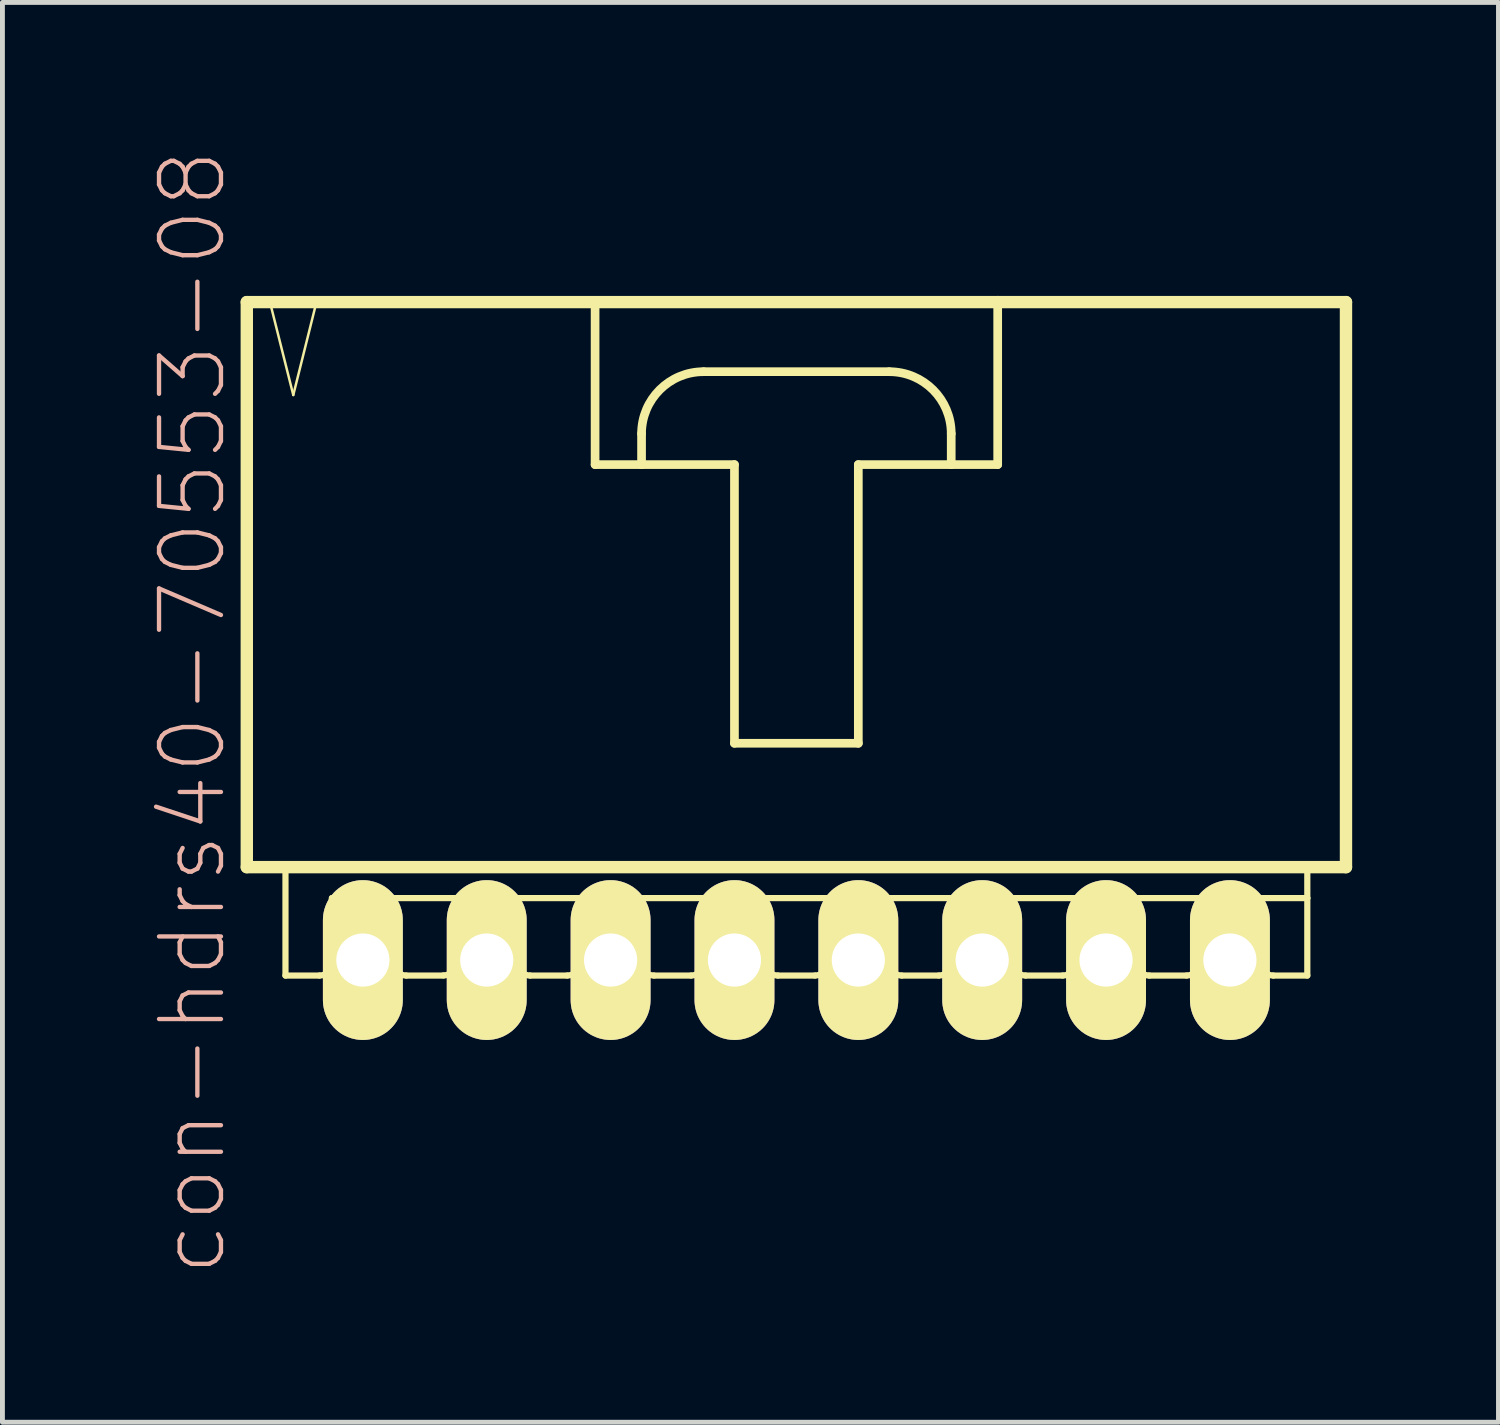
<source format=kicad_pcb>
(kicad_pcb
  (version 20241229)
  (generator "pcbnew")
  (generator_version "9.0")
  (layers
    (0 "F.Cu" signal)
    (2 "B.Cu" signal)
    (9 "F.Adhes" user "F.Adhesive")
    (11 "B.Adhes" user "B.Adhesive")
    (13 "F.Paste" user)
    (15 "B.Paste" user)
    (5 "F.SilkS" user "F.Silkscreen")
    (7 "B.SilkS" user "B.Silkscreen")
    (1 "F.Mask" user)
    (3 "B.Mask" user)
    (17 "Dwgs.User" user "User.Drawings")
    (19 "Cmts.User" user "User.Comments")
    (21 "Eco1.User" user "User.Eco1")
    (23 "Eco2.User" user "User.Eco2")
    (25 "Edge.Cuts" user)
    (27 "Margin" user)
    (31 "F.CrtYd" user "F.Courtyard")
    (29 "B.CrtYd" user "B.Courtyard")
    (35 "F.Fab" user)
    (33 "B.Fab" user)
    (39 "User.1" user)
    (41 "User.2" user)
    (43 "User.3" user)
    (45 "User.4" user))
  (footprint "con-hdrs40-70553-08"
    (layer "F.Cu")
    (at 13.281 9.017)
    (property "Reference" "con-hdrs40-70553-08" (at -12.383 2.54 90) (layer "B.SilkS") (effects (font (size 1.27 1.27) (thickness 0.089))))
    (attr exclude_from_pos_files exclude_from_bom)
    (fp_line (start -11.27 -5.872) (end -11.27 5.715) (stroke (width 0.254) (type solid)) (layer "F.SilkS"))
    (fp_line (start -11.27 5.715) (end 11.27 5.715) (stroke (width 0.254) (type solid)) (layer "F.SilkS"))
    (fp_line (start -10.795 -5.872) (end -10.317 -3.967) (stroke (width 0.051) (type solid)) (layer "F.SilkS"))
    (fp_line (start -10.477 5.715) (end -10.477 7.938) (stroke (width 0.127) (type solid)) (layer "F.SilkS"))
    (fp_line (start -10.317 -3.967) (end -9.842 -5.872) (stroke (width 0.051) (type solid)) (layer "F.SilkS"))
    (fp_line (start -9.842 -5.872) (end -10.795 -5.872) (stroke (width 0.051) (type solid)) (layer "F.SilkS"))
    (fp_line (start -9.779 7.938) (end -10.477 7.938) (stroke (width 0.127) (type solid)) (layer "F.SilkS"))
    (fp_line (start -9.525 6.35) (end -9.525 7.684) (stroke (width 0.127) (type solid)) (layer "F.SilkS"))
    (fp_line (start -9.525 6.35) (end -8.255 6.35) (stroke (width 0.127) (type solid)) (layer "F.SilkS"))
    (fp_line (start -9.207 6.35) (end -8.572 6.35) (stroke (width 0.066) (type solid)) (layer "F.SilkS"))
    (fp_line (start -9.207 7.62) (end -9.207 6.35) (stroke (width 0.066) (type solid)) (layer "F.SilkS"))
    (fp_line (start -9.207 7.62) (end -8.572 7.62) (stroke (width 0.066) (type solid)) (layer "F.SilkS"))
    (fp_line (start -8.572 7.62) (end -8.572 6.35) (stroke (width 0.066) (type solid)) (layer "F.SilkS"))
    (fp_line (start -8.255 6.35) (end -8.255 7.684) (stroke (width 0.127) (type solid)) (layer "F.SilkS"))
    (fp_line (start -8.255 6.35) (end -6.985 6.35) (stroke (width 0.127) (type solid)) (layer "F.SilkS"))
    (fp_line (start -7.236 7.938) (end -8.001 7.938) (stroke (width 0.127) (type solid)) (layer "F.SilkS"))
    (fp_line (start -6.985 6.35) (end -6.985 7.684) (stroke (width 0.127) (type solid)) (layer "F.SilkS"))
    (fp_line (start -6.985 6.35) (end -5.715 6.35) (stroke (width 0.127) (type solid)) (layer "F.SilkS"))
    (fp_line (start -6.668 6.35) (end -6.032 6.35) (stroke (width 0.066) (type solid)) (layer "F.SilkS"))
    (fp_line (start -6.668 7.62) (end -6.668 6.35) (stroke (width 0.066) (type solid)) (layer "F.SilkS"))
    (fp_line (start -6.668 7.62) (end -6.032 7.62) (stroke (width 0.066) (type solid)) (layer "F.SilkS"))
    (fp_line (start -6.032 7.62) (end -6.032 6.35) (stroke (width 0.066) (type solid)) (layer "F.SilkS"))
    (fp_line (start -5.715 6.35) (end -5.715 7.684) (stroke (width 0.127) (type solid)) (layer "F.SilkS"))
    (fp_line (start -5.715 6.35) (end -4.445 6.35) (stroke (width 0.127) (type solid)) (layer "F.SilkS"))
    (fp_line (start -4.699 7.938) (end -5.461 7.938) (stroke (width 0.127) (type solid)) (layer "F.SilkS"))
    (fp_line (start -4.445 6.35) (end -4.445 7.684) (stroke (width 0.127) (type solid)) (layer "F.SilkS"))
    (fp_line (start -4.445 6.35) (end -3.175 6.35) (stroke (width 0.127) (type solid)) (layer "F.SilkS"))
    (fp_line (start -4.128 -5.872) (end -4.128 -2.54) (stroke (width 0.178) (type solid)) (layer "F.SilkS"))
    (fp_line (start -4.128 -2.54) (end -3.175 -2.54) (stroke (width 0.178) (type solid)) (layer "F.SilkS"))
    (fp_line (start -4.128 6.35) (end -3.493 6.35) (stroke (width 0.066) (type solid)) (layer "F.SilkS"))
    (fp_line (start -4.128 7.62) (end -4.128 6.35) (stroke (width 0.066) (type solid)) (layer "F.SilkS"))
    (fp_line (start -4.128 7.62) (end -3.493 7.62) (stroke (width 0.066) (type solid)) (layer "F.SilkS"))
    (fp_line (start -3.493 7.62) (end -3.493 6.35) (stroke (width 0.066) (type solid)) (layer "F.SilkS"))
    (fp_line (start -3.175 -2.54) (end -3.175 -3.175) (stroke (width 0.178) (type solid)) (layer "F.SilkS"))
    (fp_line (start -3.175 -2.54) (end -1.27 -2.54) (stroke (width 0.178) (type solid)) (layer "F.SilkS"))
    (fp_line (start -3.175 6.35) (end -3.175 7.684) (stroke (width 0.127) (type solid)) (layer "F.SilkS"))
    (fp_line (start -3.175 6.35) (end -1.905 6.35) (stroke (width 0.127) (type solid)) (layer "F.SilkS"))
    (fp_line (start -2.159 7.938) (end -2.921 7.938) (stroke (width 0.127) (type solid)) (layer "F.SilkS"))
    (fp_line (start -1.905 -4.445) (end 1.905 -4.445) (stroke (width 0.178) (type solid)) (layer "F.SilkS"))
    (fp_line (start -1.905 6.35) (end -1.905 7.684) (stroke (width 0.127) (type solid)) (layer "F.SilkS"))
    (fp_line (start -1.905 6.35) (end -0.635 6.35) (stroke (width 0.127) (type solid)) (layer "F.SilkS"))
    (fp_line (start -1.587 6.35) (end -0.953 6.35) (stroke (width 0.066) (type solid)) (layer "F.SilkS"))
    (fp_line (start -1.587 7.62) (end -1.587 6.35) (stroke (width 0.066) (type solid)) (layer "F.SilkS"))
    (fp_line (start -1.587 7.62) (end -0.953 7.62) (stroke (width 0.066) (type solid)) (layer "F.SilkS"))
    (fp_line (start -1.27 -2.54) (end -1.27 3.175) (stroke (width 0.178) (type solid)) (layer "F.SilkS"))
    (fp_line (start -1.27 3.175) (end 1.27 3.175) (stroke (width 0.178) (type solid)) (layer "F.SilkS"))
    (fp_line (start -0.953 7.62) (end -0.953 6.35) (stroke (width 0.066) (type solid)) (layer "F.SilkS"))
    (fp_line (start -0.635 6.35) (end -0.635 7.684) (stroke (width 0.127) (type solid)) (layer "F.SilkS"))
    (fp_line (start -0.635 6.35) (end 0.635 6.35) (stroke (width 0.127) (type solid)) (layer "F.SilkS"))
    (fp_line (start 0.381 7.938) (end -0.381 7.938) (stroke (width 0.127) (type solid)) (layer "F.SilkS"))
    (fp_line (start 0.635 6.35) (end 0.635 7.684) (stroke (width 0.127) (type solid)) (layer "F.SilkS"))
    (fp_line (start 0.635 6.35) (end 1.905 6.35) (stroke (width 0.127) (type solid)) (layer "F.SilkS"))
    (fp_line (start 0.953 6.35) (end 1.587 6.35) (stroke (width 0.066) (type solid)) (layer "F.SilkS"))
    (fp_line (start 0.953 7.62) (end 0.953 6.35) (stroke (width 0.066) (type solid)) (layer "F.SilkS"))
    (fp_line (start 0.953 7.62) (end 1.587 7.62) (stroke (width 0.066) (type solid)) (layer "F.SilkS"))
    (fp_line (start 1.27 -2.54) (end 3.175 -2.54) (stroke (width 0.178) (type solid)) (layer "F.SilkS"))
    (fp_line (start 1.27 3.175) (end 1.27 -2.54) (stroke (width 0.178) (type solid)) (layer "F.SilkS"))
    (fp_line (start 1.587 7.62) (end 1.587 6.35) (stroke (width 0.066) (type solid)) (layer "F.SilkS"))
    (fp_line (start 1.905 6.35) (end 1.905 7.684) (stroke (width 0.127) (type solid)) (layer "F.SilkS"))
    (fp_line (start 1.905 6.35) (end 3.175 6.35) (stroke (width 0.127) (type solid)) (layer "F.SilkS"))
    (fp_line (start 2.921 7.938) (end 2.159 7.938) (stroke (width 0.127) (type solid)) (layer "F.SilkS"))
    (fp_line (start 3.175 -3.175) (end 3.175 -2.54) (stroke (width 0.178) (type solid)) (layer "F.SilkS"))
    (fp_line (start 3.175 -2.54) (end 4.128 -2.54) (stroke (width 0.178) (type solid)) (layer "F.SilkS"))
    (fp_line (start 3.175 6.35) (end 3.175 7.684) (stroke (width 0.127) (type solid)) (layer "F.SilkS"))
    (fp_line (start 3.175 6.35) (end 4.445 6.35) (stroke (width 0.127) (type solid)) (layer "F.SilkS"))
    (fp_line (start 3.493 6.35) (end 4.128 6.35) (stroke (width 0.066) (type solid)) (layer "F.SilkS"))
    (fp_line (start 3.493 7.62) (end 3.493 6.35) (stroke (width 0.066) (type solid)) (layer "F.SilkS"))
    (fp_line (start 3.493 7.62) (end 4.128 7.62) (stroke (width 0.066) (type solid)) (layer "F.SilkS"))
    (fp_line (start 4.128 -5.872) (end -11.27 -5.872) (stroke (width 0.254) (type solid)) (layer "F.SilkS"))
    (fp_line (start 4.128 -2.54) (end 4.128 -5.872) (stroke (width 0.178) (type solid)) (layer "F.SilkS"))
    (fp_line (start 4.128 7.62) (end 4.128 6.35) (stroke (width 0.066) (type solid)) (layer "F.SilkS"))
    (fp_line (start 4.445 6.35) (end 4.445 7.684) (stroke (width 0.127) (type solid)) (layer "F.SilkS"))
    (fp_line (start 4.445 6.35) (end 5.715 6.35) (stroke (width 0.127) (type solid)) (layer "F.SilkS"))
    (fp_line (start 5.461 7.938) (end 4.699 7.938) (stroke (width 0.127) (type solid)) (layer "F.SilkS"))
    (fp_line (start 5.715 6.35) (end 5.715 7.684) (stroke (width 0.127) (type solid)) (layer "F.SilkS"))
    (fp_line (start 5.715 6.35) (end 6.985 6.35) (stroke (width 0.127) (type solid)) (layer "F.SilkS"))
    (fp_line (start 6.032 6.35) (end 6.668 6.35) (stroke (width 0.066) (type solid)) (layer "F.SilkS"))
    (fp_line (start 6.032 7.62) (end 6.032 6.35) (stroke (width 0.066) (type solid)) (layer "F.SilkS"))
    (fp_line (start 6.032 7.62) (end 6.668 7.62) (stroke (width 0.066) (type solid)) (layer "F.SilkS"))
    (fp_line (start 6.668 7.62) (end 6.668 6.35) (stroke (width 0.066) (type solid)) (layer "F.SilkS"))
    (fp_line (start 6.985 6.35) (end 6.985 7.684) (stroke (width 0.127) (type solid)) (layer "F.SilkS"))
    (fp_line (start 6.985 6.35) (end 8.255 6.35) (stroke (width 0.127) (type solid)) (layer "F.SilkS"))
    (fp_line (start 8.001 7.938) (end 7.236 7.938) (stroke (width 0.127) (type solid)) (layer "F.SilkS"))
    (fp_line (start 8.255 6.35) (end 8.255 7.684) (stroke (width 0.127) (type solid)) (layer "F.SilkS"))
    (fp_line (start 8.255 6.35) (end 9.525 6.35) (stroke (width 0.127) (type solid)) (layer "F.SilkS"))
    (fp_line (start 8.572 6.35) (end 9.207 6.35) (stroke (width 0.066) (type solid)) (layer "F.SilkS"))
    (fp_line (start 8.572 7.62) (end 8.572 6.35) (stroke (width 0.066) (type solid)) (layer "F.SilkS"))
    (fp_line (start 8.572 7.62) (end 9.207 7.62) (stroke (width 0.066) (type solid)) (layer "F.SilkS"))
    (fp_line (start 9.207 7.62) (end 9.207 6.35) (stroke (width 0.066) (type solid)) (layer "F.SilkS"))
    (fp_line (start 9.525 6.35) (end 9.525 7.684) (stroke (width 0.127) (type solid)) (layer "F.SilkS"))
    (fp_line (start 9.525 6.35) (end 10.477 6.35) (stroke (width 0.127) (type solid)) (layer "F.SilkS"))
    (fp_line (start 9.779 7.938) (end 10.477 7.938) (stroke (width 0.127) (type solid)) (layer "F.SilkS"))
    (fp_line (start 10.477 6.35) (end 10.477 5.715) (stroke (width 0.127) (type solid)) (layer "F.SilkS"))
    (fp_line (start 10.477 7.938) (end 10.477 6.35) (stroke (width 0.127) (type solid)) (layer "F.SilkS"))
    (fp_line (start 11.27 -5.872) (end 4.128 -5.872) (stroke (width 0.254) (type solid)) (layer "F.SilkS"))
    (fp_line (start 11.27 5.715) (end 11.27 -5.872) (stroke (width 0.254) (type solid)) (layer "F.SilkS"))
    (fp_arc (start -9.525 7.6835) (mid -9.599395 7.863105) (end -9.779 7.9375) (stroke (width 0.127) (type solid)) (layer "F.SilkS"))
    (fp_arc (start -8.001 7.9375) (mid -8.180605 7.863105) (end -8.255 7.6835) (stroke (width 0.127) (type solid)) (layer "F.SilkS"))
    (fp_arc (start -6.985 7.6835) (mid -7.058651 7.861309) (end -7.23646 7.93496) (stroke (width 0.127) (type solid)) (layer "F.SilkS"))
    (fp_arc (start -5.461 7.9375) (mid -5.640605 7.863105) (end -5.715 7.6835) (stroke (width 0.127) (type solid)) (layer "F.SilkS"))
    (fp_arc (start -4.445 7.6835) (mid -4.519395 7.863105) (end -4.699 7.9375) (stroke (width 0.127) (type solid)) (layer "F.SilkS"))
    (fp_arc (start -3.175 -3.175) (mid -2.803026 -4.073026) (end -1.905 -4.445) (stroke (width 0.1778) (type solid)) (layer "F.SilkS"))
    (fp_arc (start -2.921 7.9375) (mid -3.100605 7.863105) (end -3.175 7.6835) (stroke (width 0.127) (type solid)) (layer "F.SilkS"))
    (fp_arc (start -1.905 7.6835) (mid -1.979395 7.863105) (end -2.159 7.9375) (stroke (width 0.127) (type solid)) (layer "F.SilkS"))
    (fp_arc (start -0.381 7.9375) (mid -0.560605 7.863105) (end -0.635 7.6835) (stroke (width 0.127) (type solid)) (layer "F.SilkS"))
    (fp_arc (start 0.635 7.6835) (mid 0.560605 7.863105) (end 0.381 7.9375) (stroke (width 0.127) (type solid)) (layer "F.SilkS"))
    (fp_arc (start 1.905 -4.445) (mid 2.803026 -4.073026) (end 3.175 -3.175) (stroke (width 0.1778) (type solid)) (layer "F.SilkS"))
    (fp_arc (start 2.159 7.9375) (mid 1.979395 7.863105) (end 1.905 7.6835) (stroke (width 0.127) (type solid)) (layer "F.SilkS"))
    (fp_arc (start 3.175 7.6835) (mid 3.100605 7.863105) (end 2.921 7.9375) (stroke (width 0.127) (type solid)) (layer "F.SilkS"))
    (fp_arc (start 4.699 7.9375) (mid 4.519395 7.863105) (end 4.445 7.6835) (stroke (width 0.127) (type solid)) (layer "F.SilkS"))
    (fp_arc (start 5.715 7.6835) (mid 5.640605 7.863105) (end 5.461 7.9375) (stroke (width 0.127) (type solid)) (layer "F.SilkS"))
    (fp_arc (start 7.23646 7.9375) (mid 7.056855 7.863105) (end 6.98246 7.6835) (stroke (width 0.127) (type solid)) (layer "F.SilkS"))
    (fp_arc (start 8.255 7.6835) (mid 8.180605 7.863105) (end 8.001 7.9375) (stroke (width 0.127) (type solid)) (layer "F.SilkS"))
    (fp_arc (start 9.779 7.9375) (mid 9.599395 7.863105) (end 9.525 7.6835) (stroke (width 0.127) (type solid)) (layer "F.SilkS"))
    (pad "1" thru_hole oval (at -8.89 7.62) (size 1.638 3.277) (drill 1.09) (layers "*.Cu" "F.Mask" "F.SilkS" "F.Paste"))
    (pad "2" thru_hole oval (at -6.35 7.62) (size 1.638 3.277) (drill 1.09) (layers "*.Cu" "F.Mask" "F.SilkS" "F.Paste"))
    (pad "3" thru_hole oval (at -3.81 7.62) (size 1.638 3.277) (drill 1.09) (layers "*.Cu" "F.Mask" "F.SilkS" "F.Paste"))
    (pad "4" thru_hole oval (at -1.27 7.62) (size 1.638 3.277) (drill 1.09) (layers "*.Cu" "F.Mask" "F.SilkS" "F.Paste"))
    (pad "5" thru_hole oval (at 1.27 7.62) (size 1.638 3.277) (drill 1.09) (layers "*.Cu" "F.Mask" "F.SilkS" "F.Paste"))
    (pad "6" thru_hole oval (at 3.81 7.62) (size 1.638 3.277) (drill 1.09) (layers "*.Cu" "F.Mask" "F.SilkS" "F.Paste"))
    (pad "7" thru_hole oval (at 6.35 7.62) (size 1.638 3.277) (drill 1.09) (layers "*.Cu" "F.Mask" "F.SilkS" "F.Paste"))
    (pad "8" thru_hole oval (at 8.89 7.62) (size 1.638 3.277) (drill 1.09) (layers "*.Cu" "F.Mask" "F.SilkS" "F.Paste")))
  (gr_rect
    (start -3 -3)
    (end 27.678 26.115)
    (stroke (width 0.1) (type default))
    (fill no)
    (layer "Edge.Cuts")))
</source>
